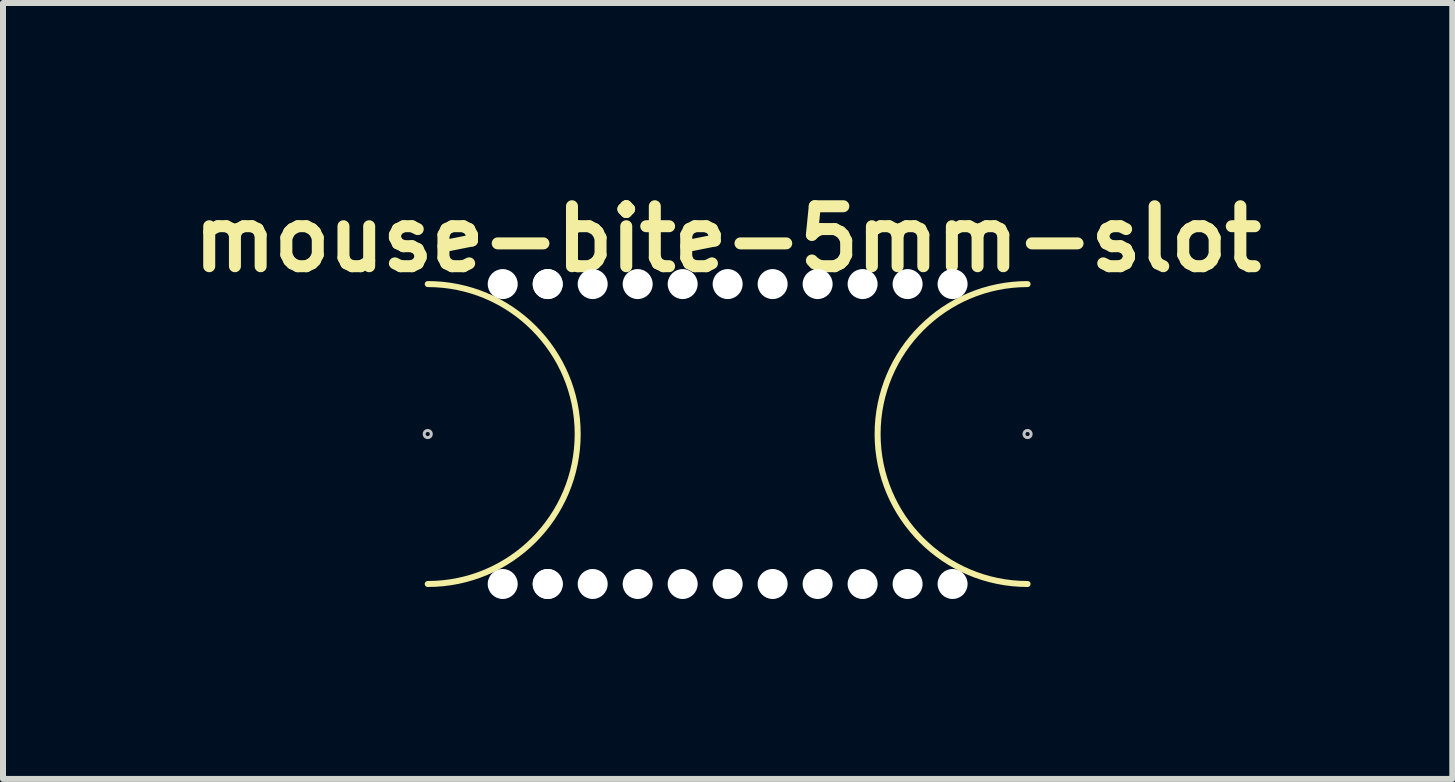
<source format=kicad_pcb>
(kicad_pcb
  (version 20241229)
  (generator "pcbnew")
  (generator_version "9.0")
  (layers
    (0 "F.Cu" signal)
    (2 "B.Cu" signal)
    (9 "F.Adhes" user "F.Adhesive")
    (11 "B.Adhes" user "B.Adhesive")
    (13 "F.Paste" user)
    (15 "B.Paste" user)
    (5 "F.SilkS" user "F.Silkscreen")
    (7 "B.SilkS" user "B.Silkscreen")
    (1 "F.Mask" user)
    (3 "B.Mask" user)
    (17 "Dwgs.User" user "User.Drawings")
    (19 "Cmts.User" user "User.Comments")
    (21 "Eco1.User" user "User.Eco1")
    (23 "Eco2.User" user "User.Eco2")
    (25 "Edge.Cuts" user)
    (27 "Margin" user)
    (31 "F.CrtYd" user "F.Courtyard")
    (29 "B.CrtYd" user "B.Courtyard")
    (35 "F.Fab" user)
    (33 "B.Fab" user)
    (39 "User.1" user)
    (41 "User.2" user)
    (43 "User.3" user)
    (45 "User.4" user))
  (footprint "mouse-bite-5mm-slot"
    (layer "F.Cu")
    (at 9.081 4.186)
    (property "Reference" "mouse-bite-5mm-slot" (at 0 -3.25 0) (layer "F.SilkS") (effects (font (size 1 1) (thickness 0.2))))
    (attr through_hole)
    (fp_arc (start -5 -2.5) (mid -2.5 0) (end -5 2.5) (stroke (width 0.1) (type solid)) (layer "F.SilkS"))
    (fp_arc (start 5 2.5) (mid 2.5 0) (end 5 -2.5) (stroke (width 0.1) (type solid)) (layer "F.SilkS"))
    (fp_circle (center -5 0) (end -4.94 0) (stroke (width 0.05) (type solid)) (fill no) (layer "Dwgs.User"))
    (fp_circle (center 5 0) (end 5.06 0) (stroke (width 0.05) (type solid)) (fill no) (layer "Dwgs.User"))
    (fp_line (start -5 0) (end -5 0) (stroke (width 5) (type solid)) (layer "Eco1.User"))
    (fp_line (start 5 0) (end 5 0) (stroke (width 5) (type solid)) (layer "Eco1.User"))
    (pad "" np_thru_hole circle (at -3.75 -2.5) (size 0.5 0.5) (drill 0.5) (layers "*.Cu" "*.Mask"))
    (pad "" np_thru_hole circle (at -3.75 2.5) (size 0.5 0.5) (drill 0.5) (layers "*.Cu" "*.Mask"))
    (pad "" np_thru_hole circle (at -3 -2.5) (size 0.5 0.5) (drill 0.5) (layers "*.Cu" "*.Mask"))
    (pad "" np_thru_hole circle (at -3 -2.5) (size 0.5 0.5) (drill 0.5) (layers "*.Cu" "*.Mask"))
    (pad "" np_thru_hole circle (at -3 2.5) (size 0.5 0.5) (drill 0.5) (layers "*.Cu" "*.Mask"))
    (pad "" np_thru_hole circle (at -3 2.5) (size 0.5 0.5) (drill 0.5) (layers "*.Cu" "*.Mask"))
    (pad "" np_thru_hole circle (at -2.25 -2.5) (size 0.5 0.5) (drill 0.5) (layers "*.Cu" "*.Mask"))
    (pad "" np_thru_hole circle (at -2.25 2.5) (size 0.5 0.5) (drill 0.5) (layers "*.Cu" "*.Mask"))
    (pad "" np_thru_hole circle (at -1.5 -2.5) (size 0.5 0.5) (drill 0.5) (layers "*.Cu" "*.Mask"))
    (pad "" np_thru_hole circle (at -1.5 2.5) (size 0.5 0.5) (drill 0.5) (layers "*.Cu" "*.Mask"))
    (pad "" np_thru_hole circle (at -0.75 -2.5) (size 0.5 0.5) (drill 0.5) (layers "*.Cu" "*.Mask"))
    (pad "" np_thru_hole circle (at -0.75 2.5) (size 0.5 0.5) (drill 0.5) (layers "*.Cu" "*.Mask"))
    (pad "" np_thru_hole circle (at 0 -2.5) (size 0.5 0.5) (drill 0.5) (layers "*.Cu" "*.Mask"))
    (pad "" np_thru_hole circle (at 0 2.5) (size 0.5 0.5) (drill 0.5) (layers "*.Cu" "*.Mask"))
    (pad "" np_thru_hole circle (at 0.75 -2.5) (size 0.5 0.5) (drill 0.5) (layers "*.Cu" "*.Mask"))
    (pad "" np_thru_hole circle (at 0.75 2.5) (size 0.5 0.5) (drill 0.5) (layers "*.Cu" "*.Mask"))
    (pad "" np_thru_hole circle (at 1.5 -2.5) (size 0.5 0.5) (drill 0.5) (layers "*.Cu" "*.Mask"))
    (pad "" np_thru_hole circle (at 1.5 2.5) (size 0.5 0.5) (drill 0.5) (layers "*.Cu" "*.Mask"))
    (pad "" np_thru_hole circle (at 2.25 -2.5) (size 0.5 0.5) (drill 0.5) (layers "*.Cu" "*.Mask"))
    (pad "" np_thru_hole circle (at 2.25 2.5) (size 0.5 0.5) (drill 0.5) (layers "*.Cu" "*.Mask"))
    (pad "" np_thru_hole circle (at 3 -2.5) (size 0.5 0.5) (drill 0.5) (layers "*.Cu" "*.Mask"))
    (pad "" np_thru_hole circle (at 3 2.5) (size 0.5 0.5) (drill 0.5) (layers "*.Cu" "*.Mask"))
    (pad "" np_thru_hole circle (at 3.75 -2.5) (size 0.5 0.5) (drill 0.5) (layers "*.Cu" "*.Mask"))
    (pad "" np_thru_hole circle (at 3.75 2.5) (size 0.5 0.5) (drill 0.5) (layers "*.Cu" "*.Mask")))
  (gr_rect
    (start -3 -3)
    (end 21.162 9.936)
    (stroke (width 0.1) (type default))
    (fill no)
    (layer "Edge.Cuts")))
</source>
